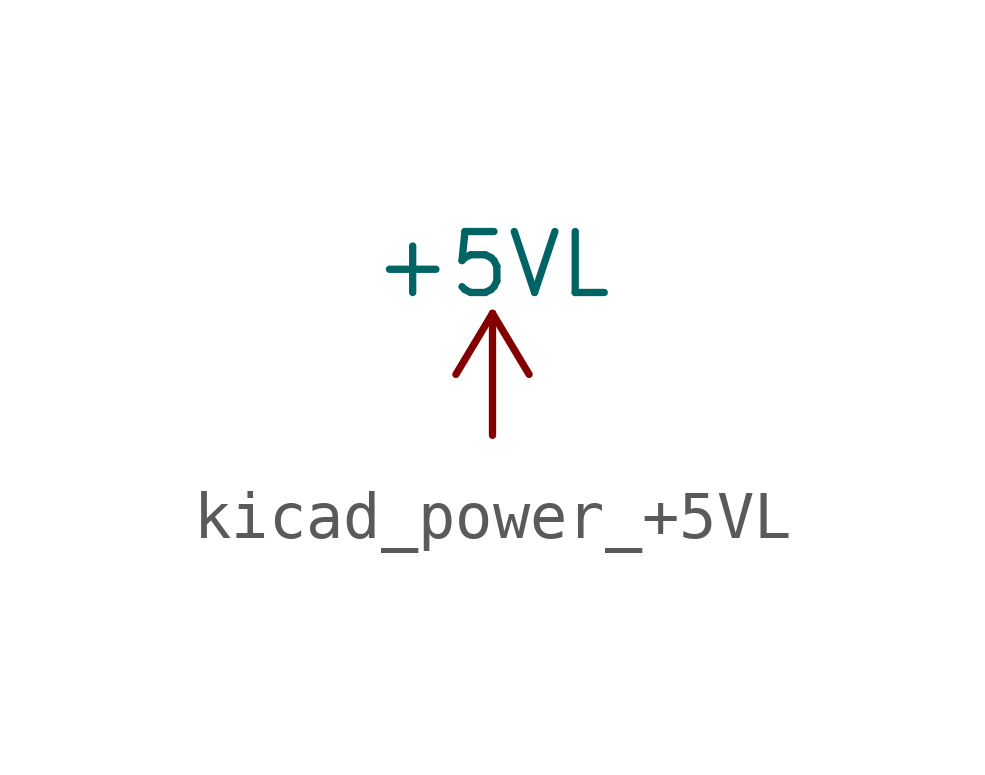
<source format=kicad_sym>
(kicad_symbol_lib
  (version 20220914)
  (generator kicad_symbol_editor)
  (symbol "kicad_power_+5VL"
    (power)
    (pin_names
      (offset 0))
    (property "Reference" "#PWR"
      (at 0 -3.81 0)
      (effects (font (size 1.27 1.27)) hide))
    (property "Value" "+5VL"
      (at 0 3.556 0)
      (effects (font (size 1.27 1.27))))
    (symbol "kicad_power_+5VL_0_1"
      (polyline (pts (xy -0.762 1.27) (xy 0 2.54)) (stroke (width 0) (type default)) (fill (type none)))
      (polyline (pts (xy 0 0) (xy 0 2.54)) (stroke (width 0) (type default)) (fill (type none)))
      (polyline (pts (xy 0 2.54) (xy 0.762 1.27)) (stroke (width 0) (type default)) (fill (type none))))
    (symbol "kicad_power_+5VL_1_1"
      (pin power_in line (at 0 0 90) (length 0) hide (name "+5VL" (effects (font (size 1.27 1.27)))) (number "1" (effects (font (size 1.27 1.27))))))))
</source>
